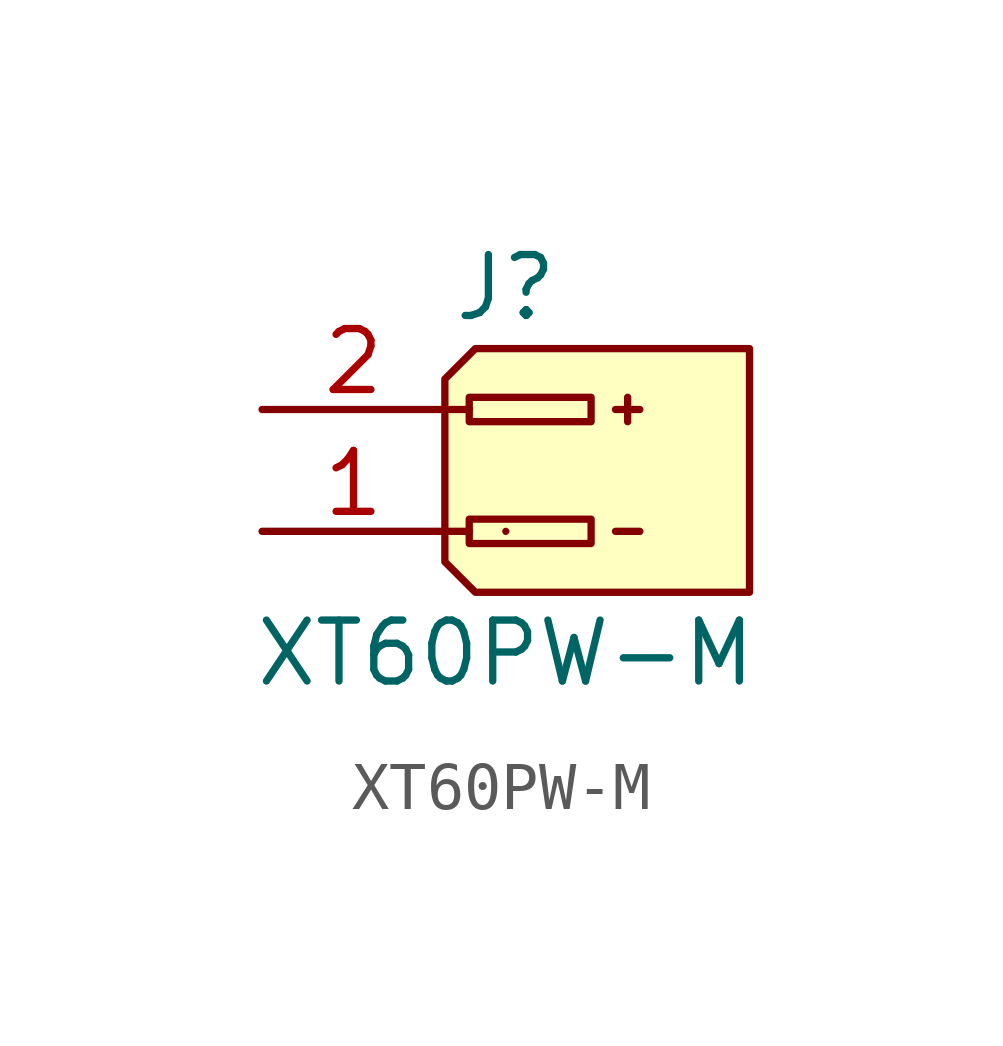
<source format=kicad_sym>
(kicad_symbol_lib
  (version 20241209)
  (generator "kicad_symbol_editor")
  (generator_version "9.0")
  (symbol "XT60PW-M"
    (pin_names
      (offset 1.016)
      (hide yes))
    (property "Reference" "J"
      (at 0 2.54 0)
      (effects (font (size 1.27 1.27))))
    (property "Value" "XT60PW-M"
      (at 0 -5.08 0)
      (effects (font (size 1.27 1.27))))
    (symbol "XT60PW-M_0_1"
      (polyline (pts (xy -1.27 0) (xy -0.762 0)) (stroke (width 0) (type default)) (fill (type none)))
      (polyline (pts (xy -1.27 -2.54) (xy -0.762 -2.54)) (stroke (width 0) (type default)) (fill (type none)))
      (arc (start 0 -2.54) (mid 0 -2.54) (end 0 -2.54) (stroke (width 0) (type default)) (fill (type none)))
      (polyline (pts (xy 2.286 0) (xy 2.794 0)) (stroke (width 0) (type default)) (fill (type none)))
      (polyline (pts (xy 2.286 -2.54) (xy 2.794 -2.54)) (stroke (width 0) (type default)) (fill (type none)))
      (polyline (pts (xy 2.54 0.254) (xy 2.54 -0.254)) (stroke (width 0) (type default)) (fill (type none))))
    (symbol "XT60PW-M_1_1"
      (polyline (pts (xy -1.27 -2.54) (xy -1.27 -3.175) (xy -0.635 -3.81) (xy 5.08 -3.81) (xy 5.08 1.27) (xy -0.635 1.27) (xy -1.27 0.635) (xy -1.27 -2.54)) (stroke (width 0) (type solid)) (fill (type color) (color 255 255 194 1)))
      (rectangle (start -0.762 0.254) (end 1.778 -0.254) (stroke (width 0) (type default)) (fill (type none)))
      (rectangle (start -0.762 -2.286) (end 1.778 -2.794) (stroke (width 0) (type default)) (fill (type none)))
      (pin passive line (at -5.08 0 0) (length 3.81) (name "Pin_1" (effects (font (size 1.27 1.27)))) (number "2" (effects (font (size 1.27 1.27)))))
      (pin passive line (at -5.08 -2.54 0) (length 3.81) (name "Pin_2" (effects (font (size 1.27 1.27)))) (number "1" (effects (font (size 1.27 1.27))))))))
</source>
